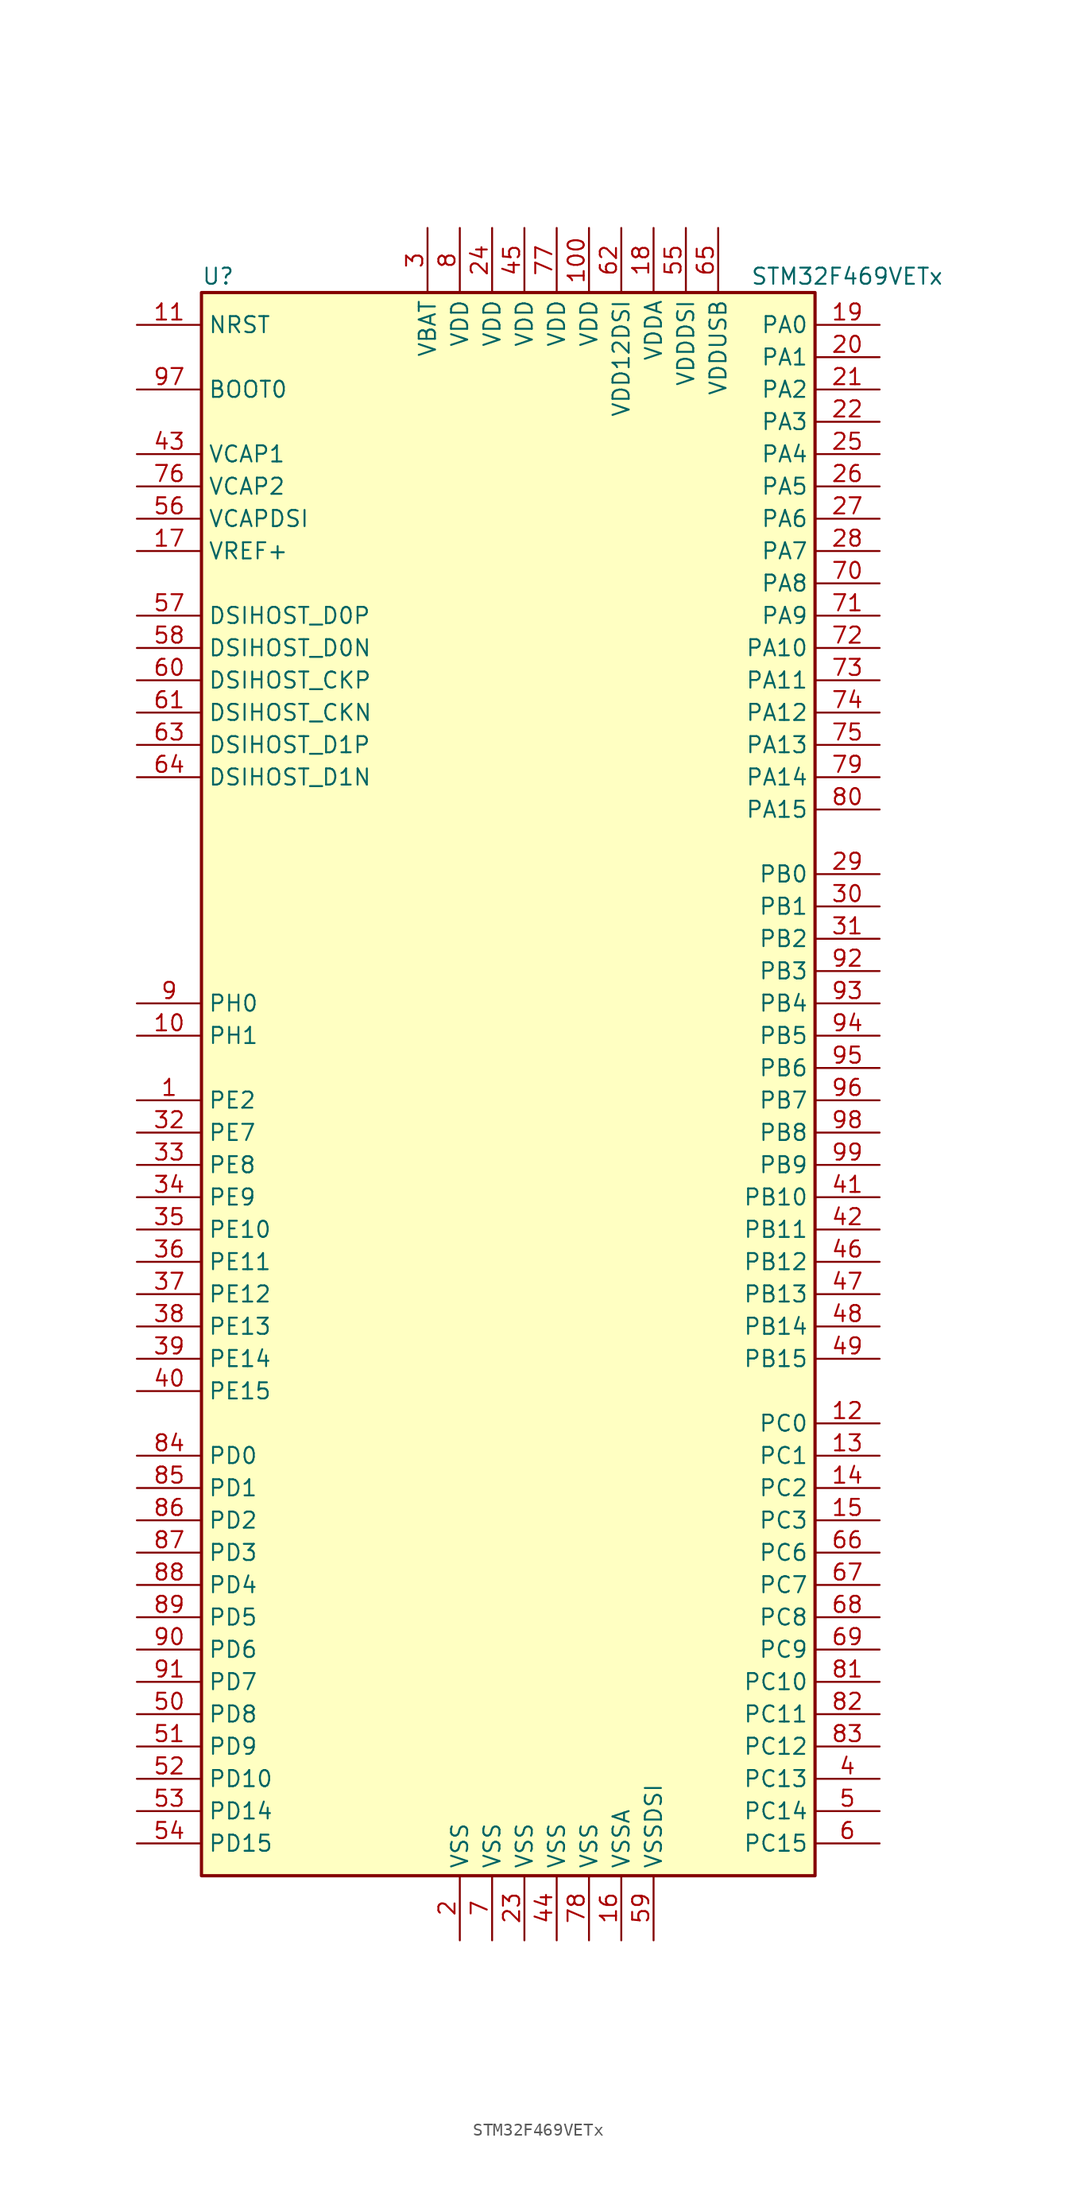
<source format=kicad_sym>
(kicad_symbol_lib
  (version 20211014)
  (generator kicad_symbol_editor)
  (symbol "STM32F469VETx"
    (property "Reference" "U"
      (at -25.4 62.23 0)
      (effects (font (size 1.27 1.27)) (justify left)))
    (property "Value" "STM32F469VETx"
      (at 17.78 62.23 0)
      (effects (font (size 1.27 1.27)) (justify left)))
    (symbol "STM32F469VETx_0_1"
      (rectangle (start -25.4 -63.5) (end 22.86 60.96) (stroke (width 0.254) (type default) (color 0 0 0 0)) (fill (type background))))
    (symbol "STM32F469VETx_1_1"
      (pin bidirectional line (at -30.48 -2.54 0) (length 5.08) (name "PE2" (effects (font (size 1.27 1.27)))) (number "1" (effects (font (size 1.27 1.27)))))
      (pin input line (at -30.48 2.54 0) (length 5.08) (name "PH1" (effects (font (size 1.27 1.27)))) (number "10" (effects (font (size 1.27 1.27)))))
      (pin power_in line (at 5.08 66.04 270) (length 5.08) (name "VDD" (effects (font (size 1.27 1.27)))) (number "100" (effects (font (size 1.27 1.27)))))
      (pin input line (at -30.48 58.42 0) (length 5.08) (name "NRST" (effects (font (size 1.27 1.27)))) (number "11" (effects (font (size 1.27 1.27)))))
      (pin bidirectional line (at 27.94 -27.94 180) (length 5.08) (name "PC0" (effects (font (size 1.27 1.27)))) (number "12" (effects (font (size 1.27 1.27)))))
      (pin bidirectional line (at 27.94 -30.48 180) (length 5.08) (name "PC1" (effects (font (size 1.27 1.27)))) (number "13" (effects (font (size 1.27 1.27)))))
      (pin bidirectional line (at 27.94 -33.02 180) (length 5.08) (name "PC2" (effects (font (size 1.27 1.27)))) (number "14" (effects (font (size 1.27 1.27)))))
      (pin bidirectional line (at 27.94 -35.56 180) (length 5.08) (name "PC3" (effects (font (size 1.27 1.27)))) (number "15" (effects (font (size 1.27 1.27)))))
      (pin power_in line (at 7.62 -68.58 90) (length 5.08) (name "VSSA" (effects (font (size 1.27 1.27)))) (number "16" (effects (font (size 1.27 1.27)))))
      (pin power_in line (at -30.48 40.64 0) (length 5.08) (name "VREF+" (effects (font (size 1.27 1.27)))) (number "17" (effects (font (size 1.27 1.27)))))
      (pin power_in line (at 10.16 66.04 270) (length 5.08) (name "VDDA" (effects (font (size 1.27 1.27)))) (number "18" (effects (font (size 1.27 1.27)))))
      (pin bidirectional line (at 27.94 58.42 180) (length 5.08) (name "PA0" (effects (font (size 1.27 1.27)))) (number "19" (effects (font (size 1.27 1.27)))))
      (pin power_in line (at -5.08 -68.58 90) (length 5.08) (name "VSS" (effects (font (size 1.27 1.27)))) (number "2" (effects (font (size 1.27 1.27)))))
      (pin bidirectional line (at 27.94 55.88 180) (length 5.08) (name "PA1" (effects (font (size 1.27 1.27)))) (number "20" (effects (font (size 1.27 1.27)))))
      (pin bidirectional line (at 27.94 53.34 180) (length 5.08) (name "PA2" (effects (font (size 1.27 1.27)))) (number "21" (effects (font (size 1.27 1.27)))))
      (pin bidirectional line (at 27.94 50.8 180) (length 5.08) (name "PA3" (effects (font (size 1.27 1.27)))) (number "22" (effects (font (size 1.27 1.27)))))
      (pin power_in line (at 0 -68.58 90) (length 5.08) (name "VSS" (effects (font (size 1.27 1.27)))) (number "23" (effects (font (size 1.27 1.27)))))
      (pin power_in line (at -2.54 66.04 270) (length 5.08) (name "VDD" (effects (font (size 1.27 1.27)))) (number "24" (effects (font (size 1.27 1.27)))))
      (pin bidirectional line (at 27.94 48.26 180) (length 5.08) (name "PA4" (effects (font (size 1.27 1.27)))) (number "25" (effects (font (size 1.27 1.27)))))
      (pin bidirectional line (at 27.94 45.72 180) (length 5.08) (name "PA5" (effects (font (size 1.27 1.27)))) (number "26" (effects (font (size 1.27 1.27)))))
      (pin bidirectional line (at 27.94 43.18 180) (length 5.08) (name "PA6" (effects (font (size 1.27 1.27)))) (number "27" (effects (font (size 1.27 1.27)))))
      (pin bidirectional line (at 27.94 40.64 180) (length 5.08) (name "PA7" (effects (font (size 1.27 1.27)))) (number "28" (effects (font (size 1.27 1.27)))))
      (pin bidirectional line (at 27.94 15.24 180) (length 5.08) (name "PB0" (effects (font (size 1.27 1.27)))) (number "29" (effects (font (size 1.27 1.27)))))
      (pin power_in line (at -7.62 66.04 270) (length 5.08) (name "VBAT" (effects (font (size 1.27 1.27)))) (number "3" (effects (font (size 1.27 1.27)))))
      (pin bidirectional line (at 27.94 12.7 180) (length 5.08) (name "PB1" (effects (font (size 1.27 1.27)))) (number "30" (effects (font (size 1.27 1.27)))))
      (pin bidirectional line (at 27.94 10.16 180) (length 5.08) (name "PB2" (effects (font (size 1.27 1.27)))) (number "31" (effects (font (size 1.27 1.27)))))
      (pin bidirectional line (at -30.48 -5.08 0) (length 5.08) (name "PE7" (effects (font (size 1.27 1.27)))) (number "32" (effects (font (size 1.27 1.27)))))
      (pin bidirectional line (at -30.48 -7.62 0) (length 5.08) (name "PE8" (effects (font (size 1.27 1.27)))) (number "33" (effects (font (size 1.27 1.27)))))
      (pin bidirectional line (at -30.48 -10.16 0) (length 5.08) (name "PE9" (effects (font (size 1.27 1.27)))) (number "34" (effects (font (size 1.27 1.27)))))
      (pin bidirectional line (at -30.48 -12.7 0) (length 5.08) (name "PE10" (effects (font (size 1.27 1.27)))) (number "35" (effects (font (size 1.27 1.27)))))
      (pin bidirectional line (at -30.48 -15.24 0) (length 5.08) (name "PE11" (effects (font (size 1.27 1.27)))) (number "36" (effects (font (size 1.27 1.27)))))
      (pin bidirectional line (at -30.48 -17.78 0) (length 5.08) (name "PE12" (effects (font (size 1.27 1.27)))) (number "37" (effects (font (size 1.27 1.27)))))
      (pin bidirectional line (at -30.48 -20.32 0) (length 5.08) (name "PE13" (effects (font (size 1.27 1.27)))) (number "38" (effects (font (size 1.27 1.27)))))
      (pin bidirectional line (at -30.48 -22.86 0) (length 5.08) (name "PE14" (effects (font (size 1.27 1.27)))) (number "39" (effects (font (size 1.27 1.27)))))
      (pin bidirectional line (at 27.94 -55.88 180) (length 5.08) (name "PC13" (effects (font (size 1.27 1.27)))) (number "4" (effects (font (size 1.27 1.27)))))
      (pin bidirectional line (at -30.48 -25.4 0) (length 5.08) (name "PE15" (effects (font (size 1.27 1.27)))) (number "40" (effects (font (size 1.27 1.27)))))
      (pin bidirectional line (at 27.94 -10.16 180) (length 5.08) (name "PB10" (effects (font (size 1.27 1.27)))) (number "41" (effects (font (size 1.27 1.27)))))
      (pin bidirectional line (at 27.94 -12.7 180) (length 5.08) (name "PB11" (effects (font (size 1.27 1.27)))) (number "42" (effects (font (size 1.27 1.27)))))
      (pin power_in line (at -30.48 48.26 0) (length 5.08) (name "VCAP1" (effects (font (size 1.27 1.27)))) (number "43" (effects (font (size 1.27 1.27)))))
      (pin power_in line (at 2.54 -68.58 90) (length 5.08) (name "VSS" (effects (font (size 1.27 1.27)))) (number "44" (effects (font (size 1.27 1.27)))))
      (pin power_in line (at 0 66.04 270) (length 5.08) (name "VDD" (effects (font (size 1.27 1.27)))) (number "45" (effects (font (size 1.27 1.27)))))
      (pin bidirectional line (at 27.94 -15.24 180) (length 5.08) (name "PB12" (effects (font (size 1.27 1.27)))) (number "46" (effects (font (size 1.27 1.27)))))
      (pin bidirectional line (at 27.94 -17.78 180) (length 5.08) (name "PB13" (effects (font (size 1.27 1.27)))) (number "47" (effects (font (size 1.27 1.27)))))
      (pin bidirectional line (at 27.94 -20.32 180) (length 5.08) (name "PB14" (effects (font (size 1.27 1.27)))) (number "48" (effects (font (size 1.27 1.27)))))
      (pin bidirectional line (at 27.94 -22.86 180) (length 5.08) (name "PB15" (effects (font (size 1.27 1.27)))) (number "49" (effects (font (size 1.27 1.27)))))
      (pin bidirectional line (at 27.94 -58.42 180) (length 5.08) (name "PC14" (effects (font (size 1.27 1.27)))) (number "5" (effects (font (size 1.27 1.27)))))
      (pin bidirectional line (at -30.48 -50.8 0) (length 5.08) (name "PD8" (effects (font (size 1.27 1.27)))) (number "50" (effects (font (size 1.27 1.27)))))
      (pin bidirectional line (at -30.48 -53.34 0) (length 5.08) (name "PD9" (effects (font (size 1.27 1.27)))) (number "51" (effects (font (size 1.27 1.27)))))
      (pin bidirectional line (at -30.48 -55.88 0) (length 5.08) (name "PD10" (effects (font (size 1.27 1.27)))) (number "52" (effects (font (size 1.27 1.27)))))
      (pin bidirectional line (at -30.48 -58.42 0) (length 5.08) (name "PD14" (effects (font (size 1.27 1.27)))) (number "53" (effects (font (size 1.27 1.27)))))
      (pin bidirectional line (at -30.48 -60.96 0) (length 5.08) (name "PD15" (effects (font (size 1.27 1.27)))) (number "54" (effects (font (size 1.27 1.27)))))
      (pin power_in line (at 12.7 66.04 270) (length 5.08) (name "VDDDSI" (effects (font (size 1.27 1.27)))) (number "55" (effects (font (size 1.27 1.27)))))
      (pin power_in line (at -30.48 43.18 0) (length 5.08) (name "VCAPDSI" (effects (font (size 1.27 1.27)))) (number "56" (effects (font (size 1.27 1.27)))))
      (pin bidirectional line (at -30.48 35.56 0) (length 5.08) (name "DSIHOST_D0P" (effects (font (size 1.27 1.27)))) (number "57" (effects (font (size 1.27 1.27)))))
      (pin bidirectional line (at -30.48 33.02 0) (length 5.08) (name "DSIHOST_D0N" (effects (font (size 1.27 1.27)))) (number "58" (effects (font (size 1.27 1.27)))))
      (pin power_in line (at 10.16 -68.58 90) (length 5.08) (name "VSSDSI" (effects (font (size 1.27 1.27)))) (number "59" (effects (font (size 1.27 1.27)))))
      (pin bidirectional line (at 27.94 -60.96 180) (length 5.08) (name "PC15" (effects (font (size 1.27 1.27)))) (number "6" (effects (font (size 1.27 1.27)))))
      (pin bidirectional line (at -30.48 30.48 0) (length 5.08) (name "DSIHOST_CKP" (effects (font (size 1.27 1.27)))) (number "60" (effects (font (size 1.27 1.27)))))
      (pin bidirectional line (at -30.48 27.94 0) (length 5.08) (name "DSIHOST_CKN" (effects (font (size 1.27 1.27)))) (number "61" (effects (font (size 1.27 1.27)))))
      (pin power_in line (at 7.62 66.04 270) (length 5.08) (name "VDD12DSI" (effects (font (size 1.27 1.27)))) (number "62" (effects (font (size 1.27 1.27)))))
      (pin bidirectional line (at -30.48 25.4 0) (length 5.08) (name "DSIHOST_D1P" (effects (font (size 1.27 1.27)))) (number "63" (effects (font (size 1.27 1.27)))))
      (pin bidirectional line (at -30.48 22.86 0) (length 5.08) (name "DSIHOST_D1N" (effects (font (size 1.27 1.27)))) (number "64" (effects (font (size 1.27 1.27)))))
      (pin power_in line (at 15.24 66.04 270) (length 5.08) (name "VDDUSB" (effects (font (size 1.27 1.27)))) (number "65" (effects (font (size 1.27 1.27)))))
      (pin bidirectional line (at 27.94 -38.1 180) (length 5.08) (name "PC6" (effects (font (size 1.27 1.27)))) (number "66" (effects (font (size 1.27 1.27)))))
      (pin bidirectional line (at 27.94 -40.64 180) (length 5.08) (name "PC7" (effects (font (size 1.27 1.27)))) (number "67" (effects (font (size 1.27 1.27)))))
      (pin bidirectional line (at 27.94 -43.18 180) (length 5.08) (name "PC8" (effects (font (size 1.27 1.27)))) (number "68" (effects (font (size 1.27 1.27)))))
      (pin bidirectional line (at 27.94 -45.72 180) (length 5.08) (name "PC9" (effects (font (size 1.27 1.27)))) (number "69" (effects (font (size 1.27 1.27)))))
      (pin power_in line (at -2.54 -68.58 90) (length 5.08) (name "VSS" (effects (font (size 1.27 1.27)))) (number "7" (effects (font (size 1.27 1.27)))))
      (pin bidirectional line (at 27.94 38.1 180) (length 5.08) (name "PA8" (effects (font (size 1.27 1.27)))) (number "70" (effects (font (size 1.27 1.27)))))
      (pin bidirectional line (at 27.94 35.56 180) (length 5.08) (name "PA9" (effects (font (size 1.27 1.27)))) (number "71" (effects (font (size 1.27 1.27)))))
      (pin bidirectional line (at 27.94 33.02 180) (length 5.08) (name "PA10" (effects (font (size 1.27 1.27)))) (number "72" (effects (font (size 1.27 1.27)))))
      (pin bidirectional line (at 27.94 30.48 180) (length 5.08) (name "PA11" (effects (font (size 1.27 1.27)))) (number "73" (effects (font (size 1.27 1.27)))))
      (pin bidirectional line (at 27.94 27.94 180) (length 5.08) (name "PA12" (effects (font (size 1.27 1.27)))) (number "74" (effects (font (size 1.27 1.27)))))
      (pin bidirectional line (at 27.94 25.4 180) (length 5.08) (name "PA13" (effects (font (size 1.27 1.27)))) (number "75" (effects (font (size 1.27 1.27)))))
      (pin power_in line (at -30.48 45.72 0) (length 5.08) (name "VCAP2" (effects (font (size 1.27 1.27)))) (number "76" (effects (font (size 1.27 1.27)))))
      (pin power_in line (at 2.54 66.04 270) (length 5.08) (name "VDD" (effects (font (size 1.27 1.27)))) (number "77" (effects (font (size 1.27 1.27)))))
      (pin power_in line (at 5.08 -68.58 90) (length 5.08) (name "VSS" (effects (font (size 1.27 1.27)))) (number "78" (effects (font (size 1.27 1.27)))))
      (pin bidirectional line (at 27.94 22.86 180) (length 5.08) (name "PA14" (effects (font (size 1.27 1.27)))) (number "79" (effects (font (size 1.27 1.27)))))
      (pin power_in line (at -5.08 66.04 270) (length 5.08) (name "VDD" (effects (font (size 1.27 1.27)))) (number "8" (effects (font (size 1.27 1.27)))))
      (pin bidirectional line (at 27.94 20.32 180) (length 5.08) (name "PA15" (effects (font (size 1.27 1.27)))) (number "80" (effects (font (size 1.27 1.27)))))
      (pin bidirectional line (at 27.94 -48.26 180) (length 5.08) (name "PC10" (effects (font (size 1.27 1.27)))) (number "81" (effects (font (size 1.27 1.27)))))
      (pin bidirectional line (at 27.94 -50.8 180) (length 5.08) (name "PC11" (effects (font (size 1.27 1.27)))) (number "82" (effects (font (size 1.27 1.27)))))
      (pin bidirectional line (at 27.94 -53.34 180) (length 5.08) (name "PC12" (effects (font (size 1.27 1.27)))) (number "83" (effects (font (size 1.27 1.27)))))
      (pin bidirectional line (at -30.48 -30.48 0) (length 5.08) (name "PD0" (effects (font (size 1.27 1.27)))) (number "84" (effects (font (size 1.27 1.27)))))
      (pin bidirectional line (at -30.48 -33.02 0) (length 5.08) (name "PD1" (effects (font (size 1.27 1.27)))) (number "85" (effects (font (size 1.27 1.27)))))
      (pin bidirectional line (at -30.48 -35.56 0) (length 5.08) (name "PD2" (effects (font (size 1.27 1.27)))) (number "86" (effects (font (size 1.27 1.27)))))
      (pin bidirectional line (at -30.48 -38.1 0) (length 5.08) (name "PD3" (effects (font (size 1.27 1.27)))) (number "87" (effects (font (size 1.27 1.27)))))
      (pin bidirectional line (at -30.48 -40.64 0) (length 5.08) (name "PD4" (effects (font (size 1.27 1.27)))) (number "88" (effects (font (size 1.27 1.27)))))
      (pin bidirectional line (at -30.48 -43.18 0) (length 5.08) (name "PD5" (effects (font (size 1.27 1.27)))) (number "89" (effects (font (size 1.27 1.27)))))
      (pin input line (at -30.48 5.08 0) (length 5.08) (name "PH0" (effects (font (size 1.27 1.27)))) (number "9" (effects (font (size 1.27 1.27)))))
      (pin bidirectional line (at -30.48 -45.72 0) (length 5.08) (name "PD6" (effects (font (size 1.27 1.27)))) (number "90" (effects (font (size 1.27 1.27)))))
      (pin bidirectional line (at -30.48 -48.26 0) (length 5.08) (name "PD7" (effects (font (size 1.27 1.27)))) (number "91" (effects (font (size 1.27 1.27)))))
      (pin bidirectional line (at 27.94 7.62 180) (length 5.08) (name "PB3" (effects (font (size 1.27 1.27)))) (number "92" (effects (font (size 1.27 1.27)))))
      (pin bidirectional line (at 27.94 5.08 180) (length 5.08) (name "PB4" (effects (font (size 1.27 1.27)))) (number "93" (effects (font (size 1.27 1.27)))))
      (pin bidirectional line (at 27.94 2.54 180) (length 5.08) (name "PB5" (effects (font (size 1.27 1.27)))) (number "94" (effects (font (size 1.27 1.27)))))
      (pin bidirectional line (at 27.94 0 180) (length 5.08) (name "PB6" (effects (font (size 1.27 1.27)))) (number "95" (effects (font (size 1.27 1.27)))))
      (pin bidirectional line (at 27.94 -2.54 180) (length 5.08) (name "PB7" (effects (font (size 1.27 1.27)))) (number "96" (effects (font (size 1.27 1.27)))))
      (pin input line (at -30.48 53.34 0) (length 5.08) (name "BOOT0" (effects (font (size 1.27 1.27)))) (number "97" (effects (font (size 1.27 1.27)))))
      (pin bidirectional line (at 27.94 -5.08 180) (length 5.08) (name "PB8" (effects (font (size 1.27 1.27)))) (number "98" (effects (font (size 1.27 1.27)))))
      (pin bidirectional line (at 27.94 -7.62 180) (length 5.08) (name "PB9" (effects (font (size 1.27 1.27)))) (number "99" (effects (font (size 1.27 1.27))))))))
</source>
